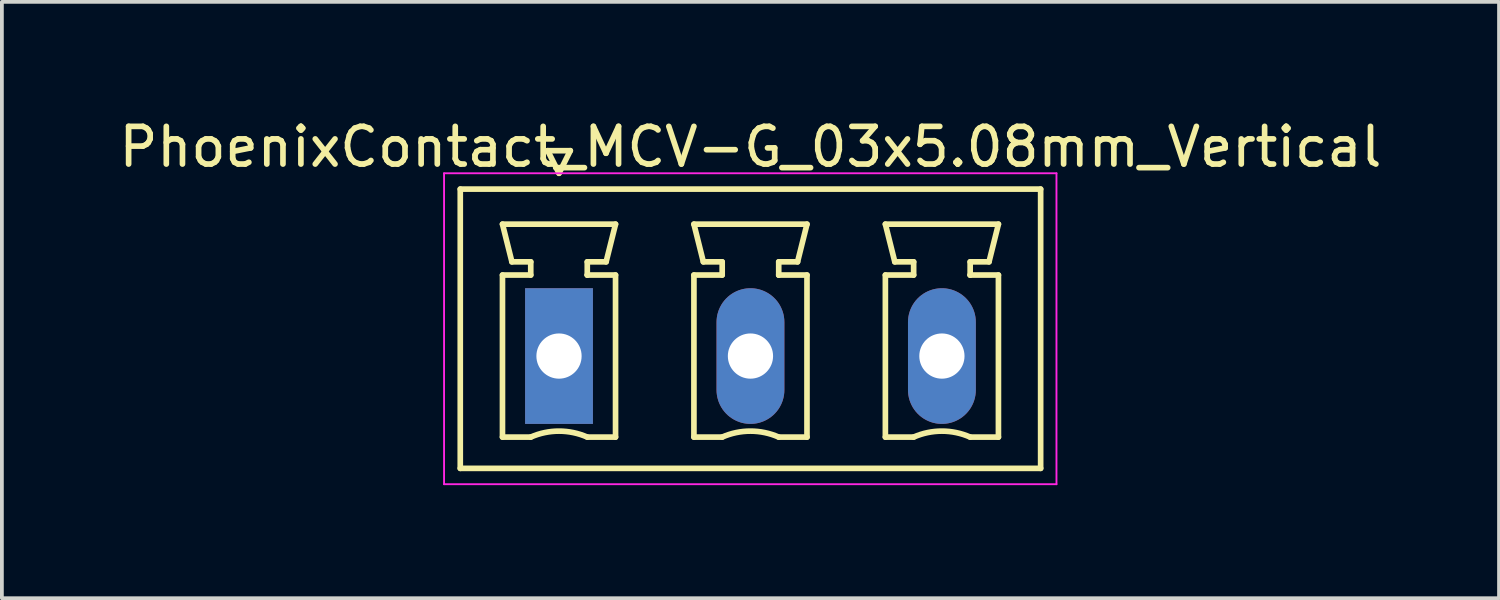
<source format=kicad_pcb>
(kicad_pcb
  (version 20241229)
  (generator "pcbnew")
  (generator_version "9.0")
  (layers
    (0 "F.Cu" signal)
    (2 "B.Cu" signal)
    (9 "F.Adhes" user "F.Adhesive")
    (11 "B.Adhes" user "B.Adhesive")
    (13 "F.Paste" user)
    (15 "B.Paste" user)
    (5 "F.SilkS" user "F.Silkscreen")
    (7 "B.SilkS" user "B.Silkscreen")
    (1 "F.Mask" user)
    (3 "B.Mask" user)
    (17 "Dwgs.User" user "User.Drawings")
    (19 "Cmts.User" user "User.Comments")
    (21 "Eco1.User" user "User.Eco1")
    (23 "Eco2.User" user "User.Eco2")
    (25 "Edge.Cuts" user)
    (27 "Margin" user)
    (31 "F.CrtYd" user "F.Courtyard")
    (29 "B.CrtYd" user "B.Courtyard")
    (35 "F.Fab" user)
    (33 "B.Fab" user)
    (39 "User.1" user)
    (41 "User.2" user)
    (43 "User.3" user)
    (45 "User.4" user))
  (footprint "PhoenixContact_MCV-G_03x5.08mm_Vertical"
    (layer "F.Cu")
    (at 11.783 6.398)
    (property "Reference" "PhoenixContact_MCV-G_03x5.08mm_Vertical" (at 5.08 -5.55 0) (layer "F.SilkS") (effects (font (size 1 1) (thickness 0.15))))
    (attr through_hole)
    (fp_line (start -2.62 -4.43) (end -2.62 2.98) (stroke (width 0.15) (type solid)) (layer "F.SilkS"))
    (fp_line (start -2.62 2.98) (end 12.78 2.98) (stroke (width 0.15) (type solid)) (layer "F.SilkS"))
    (fp_line (start -1.5 -3.5) (end 1.5 -3.5) (stroke (width 0.15) (type solid)) (layer "F.SilkS"))
    (fp_line (start -1.5 -2.15) (end -0.75 -2.15) (stroke (width 0.15) (type solid)) (layer "F.SilkS"))
    (fp_line (start -1.5 2.15) (end -1.5 -2.15) (stroke (width 0.15) (type solid)) (layer "F.SilkS"))
    (fp_line (start -1.25 -2.5) (end -1.5 -3.5) (stroke (width 0.15) (type solid)) (layer "F.SilkS"))
    (fp_line (start -0.75 -2.5) (end -1.25 -2.5) (stroke (width 0.15) (type solid)) (layer "F.SilkS"))
    (fp_line (start -0.75 -2.15) (end -0.75 -2.5) (stroke (width 0.15) (type solid)) (layer "F.SilkS"))
    (fp_line (start -0.75 2.15) (end -1.5 2.15) (stroke (width 0.15) (type solid)) (layer "F.SilkS"))
    (fp_line (start -0.3 -5.45) (end 0 -4.85) (stroke (width 0.15) (type solid)) (layer "F.SilkS"))
    (fp_line (start 0 -4.85) (end 0.3 -5.45) (stroke (width 0.15) (type solid)) (layer "F.SilkS"))
    (fp_line (start 0.3 -5.45) (end -0.3 -5.45) (stroke (width 0.15) (type solid)) (layer "F.SilkS"))
    (fp_line (start 0.75 -2.5) (end 0.75 -2.15) (stroke (width 0.15) (type solid)) (layer "F.SilkS"))
    (fp_line (start 0.75 -2.15) (end 0.75 -2.15) (stroke (width 0.15) (type solid)) (layer "F.SilkS"))
    (fp_line (start 0.75 -2.15) (end 1.5 -2.15) (stroke (width 0.15) (type solid)) (layer "F.SilkS"))
    (fp_line (start 1.25 -2.5) (end 0.75 -2.5) (stroke (width 0.15) (type solid)) (layer "F.SilkS"))
    (fp_line (start 1.5 -3.5) (end 1.25 -2.5) (stroke (width 0.15) (type solid)) (layer "F.SilkS"))
    (fp_line (start 1.5 -2.15) (end 1.5 2.15) (stroke (width 0.15) (type solid)) (layer "F.SilkS"))
    (fp_line (start 1.5 2.15) (end 0.75 2.15) (stroke (width 0.15) (type solid)) (layer "F.SilkS"))
    (fp_line (start 3.58 -3.5) (end 6.58 -3.5) (stroke (width 0.15) (type solid)) (layer "F.SilkS"))
    (fp_line (start 3.58 -2.15) (end 4.33 -2.15) (stroke (width 0.15) (type solid)) (layer "F.SilkS"))
    (fp_line (start 3.58 2.15) (end 3.58 -2.15) (stroke (width 0.15) (type solid)) (layer "F.SilkS"))
    (fp_line (start 3.83 -2.5) (end 3.58 -3.5) (stroke (width 0.15) (type solid)) (layer "F.SilkS"))
    (fp_line (start 4.33 -2.5) (end 3.83 -2.5) (stroke (width 0.15) (type solid)) (layer "F.SilkS"))
    (fp_line (start 4.33 -2.15) (end 4.33 -2.5) (stroke (width 0.15) (type solid)) (layer "F.SilkS"))
    (fp_line (start 4.33 2.15) (end 3.58 2.15) (stroke (width 0.15) (type solid)) (layer "F.SilkS"))
    (fp_line (start 5.83 -2.5) (end 5.83 -2.15) (stroke (width 0.15) (type solid)) (layer "F.SilkS"))
    (fp_line (start 5.83 -2.15) (end 5.83 -2.15) (stroke (width 0.15) (type solid)) (layer "F.SilkS"))
    (fp_line (start 5.83 -2.15) (end 6.58 -2.15) (stroke (width 0.15) (type solid)) (layer "F.SilkS"))
    (fp_line (start 6.33 -2.5) (end 5.83 -2.5) (stroke (width 0.15) (type solid)) (layer "F.SilkS"))
    (fp_line (start 6.58 -3.5) (end 6.33 -2.5) (stroke (width 0.15) (type solid)) (layer "F.SilkS"))
    (fp_line (start 6.58 -2.15) (end 6.58 2.15) (stroke (width 0.15) (type solid)) (layer "F.SilkS"))
    (fp_line (start 6.58 2.15) (end 5.83 2.15) (stroke (width 0.15) (type solid)) (layer "F.SilkS"))
    (fp_line (start 8.66 -3.5) (end 11.66 -3.5) (stroke (width 0.15) (type solid)) (layer "F.SilkS"))
    (fp_line (start 8.66 -2.15) (end 9.41 -2.15) (stroke (width 0.15) (type solid)) (layer "F.SilkS"))
    (fp_line (start 8.66 2.15) (end 8.66 -2.15) (stroke (width 0.15) (type solid)) (layer "F.SilkS"))
    (fp_line (start 8.91 -2.5) (end 8.66 -3.5) (stroke (width 0.15) (type solid)) (layer "F.SilkS"))
    (fp_line (start 9.41 -2.5) (end 8.91 -2.5) (stroke (width 0.15) (type solid)) (layer "F.SilkS"))
    (fp_line (start 9.41 -2.15) (end 9.41 -2.5) (stroke (width 0.15) (type solid)) (layer "F.SilkS"))
    (fp_line (start 9.41 2.15) (end 8.66 2.15) (stroke (width 0.15) (type solid)) (layer "F.SilkS"))
    (fp_line (start 10.91 -2.5) (end 10.91 -2.15) (stroke (width 0.15) (type solid)) (layer "F.SilkS"))
    (fp_line (start 10.91 -2.15) (end 10.91 -2.15) (stroke (width 0.15) (type solid)) (layer "F.SilkS"))
    (fp_line (start 10.91 -2.15) (end 11.66 -2.15) (stroke (width 0.15) (type solid)) (layer "F.SilkS"))
    (fp_line (start 11.41 -2.5) (end 10.91 -2.5) (stroke (width 0.15) (type solid)) (layer "F.SilkS"))
    (fp_line (start 11.66 -3.5) (end 11.41 -2.5) (stroke (width 0.15) (type solid)) (layer "F.SilkS"))
    (fp_line (start 11.66 -2.15) (end 11.66 2.15) (stroke (width 0.15) (type solid)) (layer "F.SilkS"))
    (fp_line (start 11.66 2.15) (end 10.91 2.15) (stroke (width 0.15) (type solid)) (layer "F.SilkS"))
    (fp_line (start 12.78 -4.43) (end -2.62 -4.43) (stroke (width 0.15) (type solid)) (layer "F.SilkS"))
    (fp_line (start 12.78 2.98) (end 12.78 -4.43) (stroke (width 0.15) (type solid)) (layer "F.SilkS"))
    (fp_arc (start -0.75 2.15) (mid -0.000193 1.99191) (end 0.749647 2.149844) (stroke (width 0.15) (type solid)) (layer "F.SilkS"))
    (fp_arc (start 4.33 2.15) (mid 5.079807 1.99191) (end 5.829647 2.149844) (stroke (width 0.15) (type solid)) (layer "F.SilkS"))
    (fp_arc (start 9.41 2.15) (mid 10.159807 1.99191) (end 10.909647 2.149844) (stroke (width 0.15) (type solid)) (layer "F.SilkS"))
    (fp_line (start -3.05 -4.85) (end -3.05 3.4) (stroke (width 0.05) (type solid)) (layer "F.CrtYd"))
    (fp_line (start -3.05 3.4) (end 13.2 3.4) (stroke (width 0.05) (type solid)) (layer "F.CrtYd"))
    (fp_line (start 13.2 -4.85) (end -3.05 -4.85) (stroke (width 0.05) (type solid)) (layer "F.CrtYd"))
    (fp_line (start 13.2 3.4) (end 13.2 -4.85) (stroke (width 0.05) (type solid)) (layer "F.CrtYd"))
    (pad "1" thru_hole rect (at 0 0) (size 1.8 3.6) (drill 1.2) (layers "*.Cu" "*.Mask"))
    (pad "2" thru_hole oval (at 5.08 0) (size 1.8 3.6) (drill 1.2) (layers "*.Cu" "*.Mask"))
    (pad "3" thru_hole oval (at 10.16 0) (size 1.8 3.6) (drill 1.2) (layers "*.Cu" "*.Mask")))
  (gr_rect
    (start -3 -3)
    (end 36.726 12.823)
    (stroke (width 0.1) (type default))
    (fill no)
    (layer "Edge.Cuts")))
</source>
